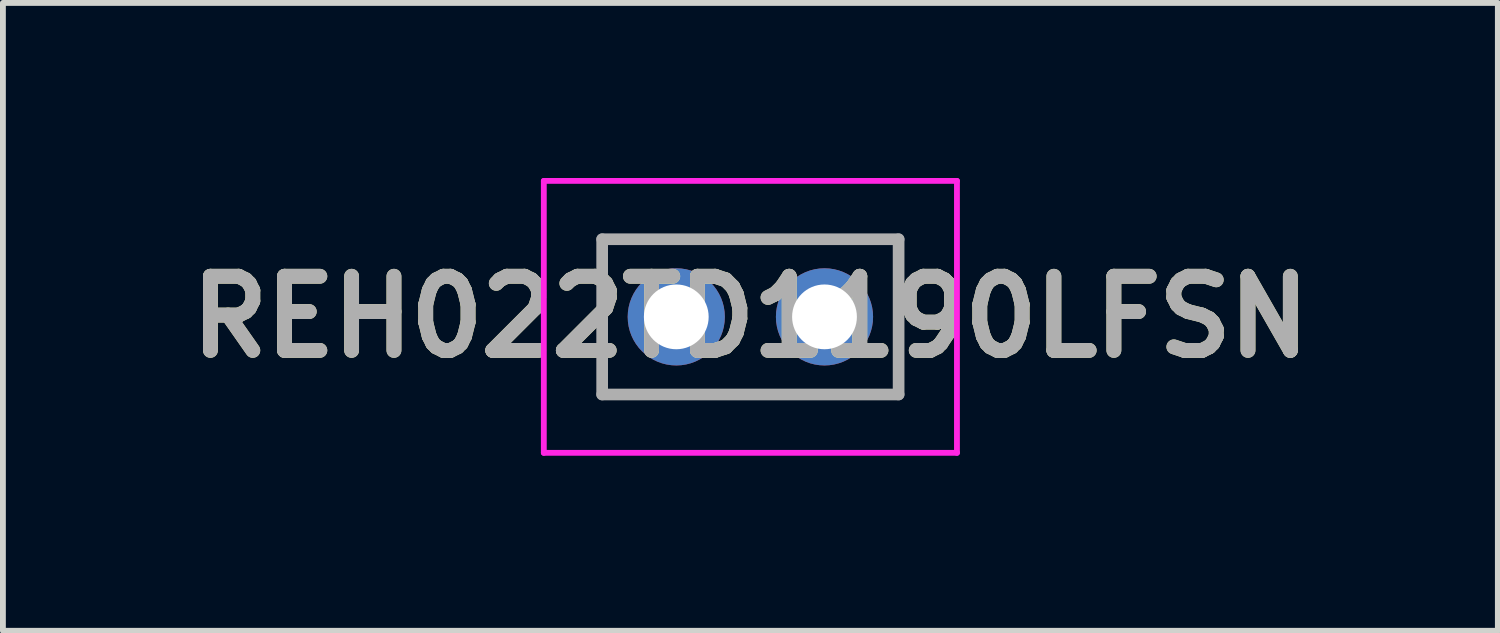
<source format=kicad_pcb>
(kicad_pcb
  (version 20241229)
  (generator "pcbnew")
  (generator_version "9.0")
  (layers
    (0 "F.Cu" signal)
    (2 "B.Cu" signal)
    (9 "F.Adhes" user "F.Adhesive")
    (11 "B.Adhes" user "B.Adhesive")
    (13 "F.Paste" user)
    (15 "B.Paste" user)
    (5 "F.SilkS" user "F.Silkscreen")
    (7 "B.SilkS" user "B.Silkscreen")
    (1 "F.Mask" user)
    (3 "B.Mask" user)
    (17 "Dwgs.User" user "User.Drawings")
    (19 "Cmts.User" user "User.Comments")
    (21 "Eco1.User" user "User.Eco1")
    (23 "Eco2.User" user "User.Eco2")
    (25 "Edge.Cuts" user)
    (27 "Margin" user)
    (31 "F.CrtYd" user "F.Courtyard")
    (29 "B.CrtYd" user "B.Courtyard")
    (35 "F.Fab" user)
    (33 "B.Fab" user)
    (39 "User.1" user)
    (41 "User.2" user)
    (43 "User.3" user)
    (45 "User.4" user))
  (footprint "REH022TD1190LFSN"
    (layer "F.Cu")
    (at 8.539 2.38)
    (property "Reference" "REH022TD1190LFSN" (at 1.27 0 0) (layer "F.SilkS") (effects (font (size 1.27 1.27) (thickness 0.254))))
    (attr through_hole)
    (fp_line (start -1.27 -1.33) (end 3.81 -1.33) (stroke (width 0.1) (type solid)) (layer "F.SilkS"))
    (fp_line (start -1.27 1.33) (end -1.27 -1.33) (stroke (width 0.1) (type solid)) (layer "F.SilkS"))
    (fp_line (start 3.81 -1.33) (end 3.81 1.33) (stroke (width 0.1) (type solid)) (layer "F.SilkS"))
    (fp_line (start 3.81 1.33) (end -1.27 1.33) (stroke (width 0.1) (type solid)) (layer "F.SilkS"))
    (fp_line (start -2.27 -2.33) (end 4.81 -2.33) (stroke (width 0.1) (type solid)) (layer "F.CrtYd"))
    (fp_line (start -2.27 2.33) (end -2.27 -2.33) (stroke (width 0.1) (type solid)) (layer "F.CrtYd"))
    (fp_line (start 4.81 -2.33) (end 4.81 2.33) (stroke (width 0.1) (type solid)) (layer "F.CrtYd"))
    (fp_line (start 4.81 2.33) (end -2.27 2.33) (stroke (width 0.1) (type solid)) (layer "F.CrtYd"))
    (fp_line (start -1.27 -1.33) (end 3.81 -1.33) (stroke (width 0.2) (type solid)) (layer "F.Fab"))
    (fp_line (start -1.27 1.33) (end -1.27 -1.33) (stroke (width 0.2) (type solid)) (layer "F.Fab"))
    (fp_line (start 3.81 -1.33) (end 3.81 1.33) (stroke (width 0.2) (type solid)) (layer "F.Fab"))
    (fp_line (start 3.81 1.33) (end -1.27 1.33) (stroke (width 0.2) (type solid)) (layer "F.Fab"))
    (fp_text user "${REFERENCE}" (at 1.27 0 0) (layer "F.Fab") (effects (font (size 1.27 1.27) (thickness 0.254))))
    (pad "1" thru_hole circle (at 0 0) (size 1.665 1.665) (drill 1.11) (layers "*.Cu" "*.Mask"))
    (pad "2" thru_hole circle (at 2.54 0) (size 1.665 1.665) (drill 1.11) (layers "*.Cu" "*.Mask")))
  (gr_rect
    (start -3 -3)
    (end 22.618 7.76)
    (stroke (width 0.1) (type default))
    (fill no)
    (layer "Edge.Cuts")))
</source>
